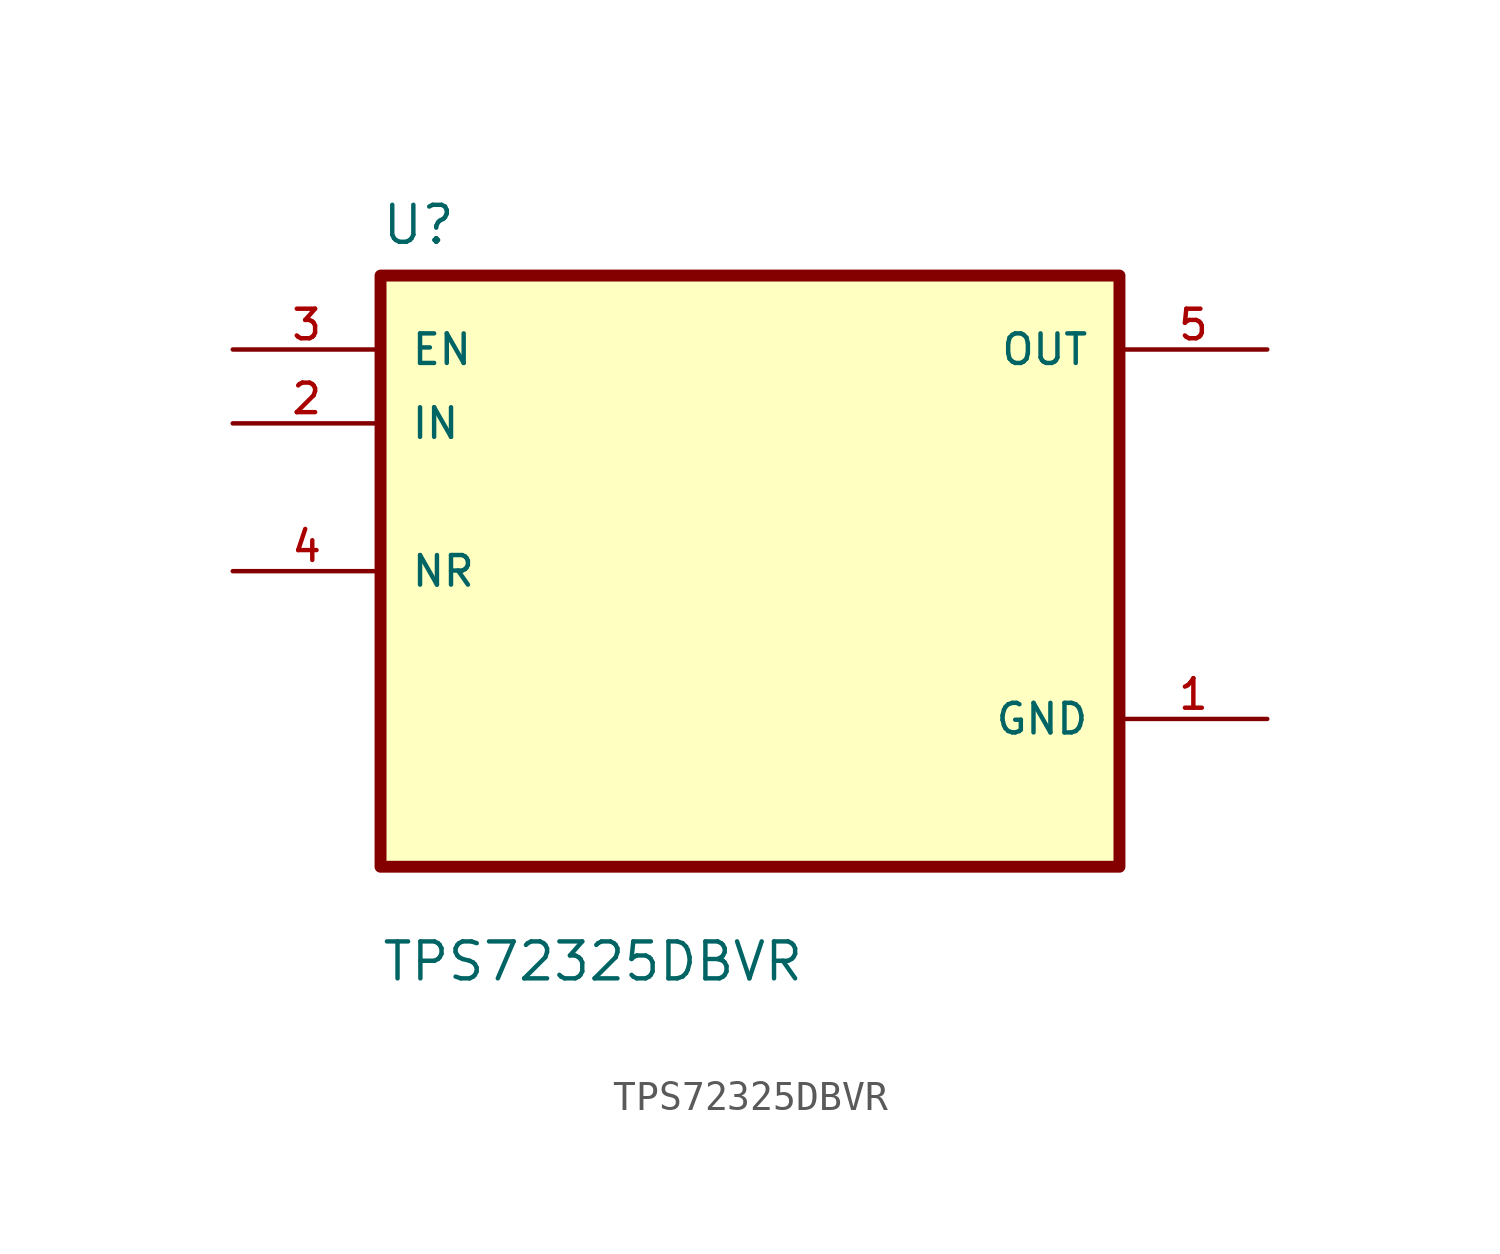
<source format=kicad_sym>
(kicad_symbol_lib
  (version 20211014)
  (generator kicad_symbol_editor)
  (symbol "TPS72325DBVR"
    (pin_names
      (offset 1.016))
    (property "Reference" "U"
      (at -12.7 11.16 0.0)
      (effects (font (size 1.27 1.27)) (justify bottom left)))
    (property "Value" "TPS72325DBVR"
      (at -12.7 -14.16 0.0)
      (effects (font (size 1.27 1.27)) (justify bottom left)))
    (symbol "TPS72325DBVR_0_0"
      (rectangle (start -12.7 -10.16) (end 12.7 10.16) (stroke (width 0.41)) (fill (type background)))
      (pin input line (at -17.78 7.62 0) (length 5.08) (name "EN" (effects (font (size 1.016 1.016)))) (number "3" (effects (font (size 1.016 1.016)))))
      (pin input line (at -17.78 5.08 0) (length 5.08) (name "IN" (effects (font (size 1.016 1.016)))) (number "2" (effects (font (size 1.016 1.016)))))
      (pin bidirectional line (at -17.78 0.0 0) (length 5.08) (name "NR" (effects (font (size 1.016 1.016)))) (number "4" (effects (font (size 1.016 1.016)))))
      (pin output line (at 17.78 7.62 180.0) (length 5.08) (name "OUT" (effects (font (size 1.016 1.016)))) (number "5" (effects (font (size 1.016 1.016)))))
      (pin power_in line (at 17.78 -5.08 180.0) (length 5.08) (name "GND" (effects (font (size 1.016 1.016)))) (number "1" (effects (font (size 1.016 1.016))))))))
</source>
